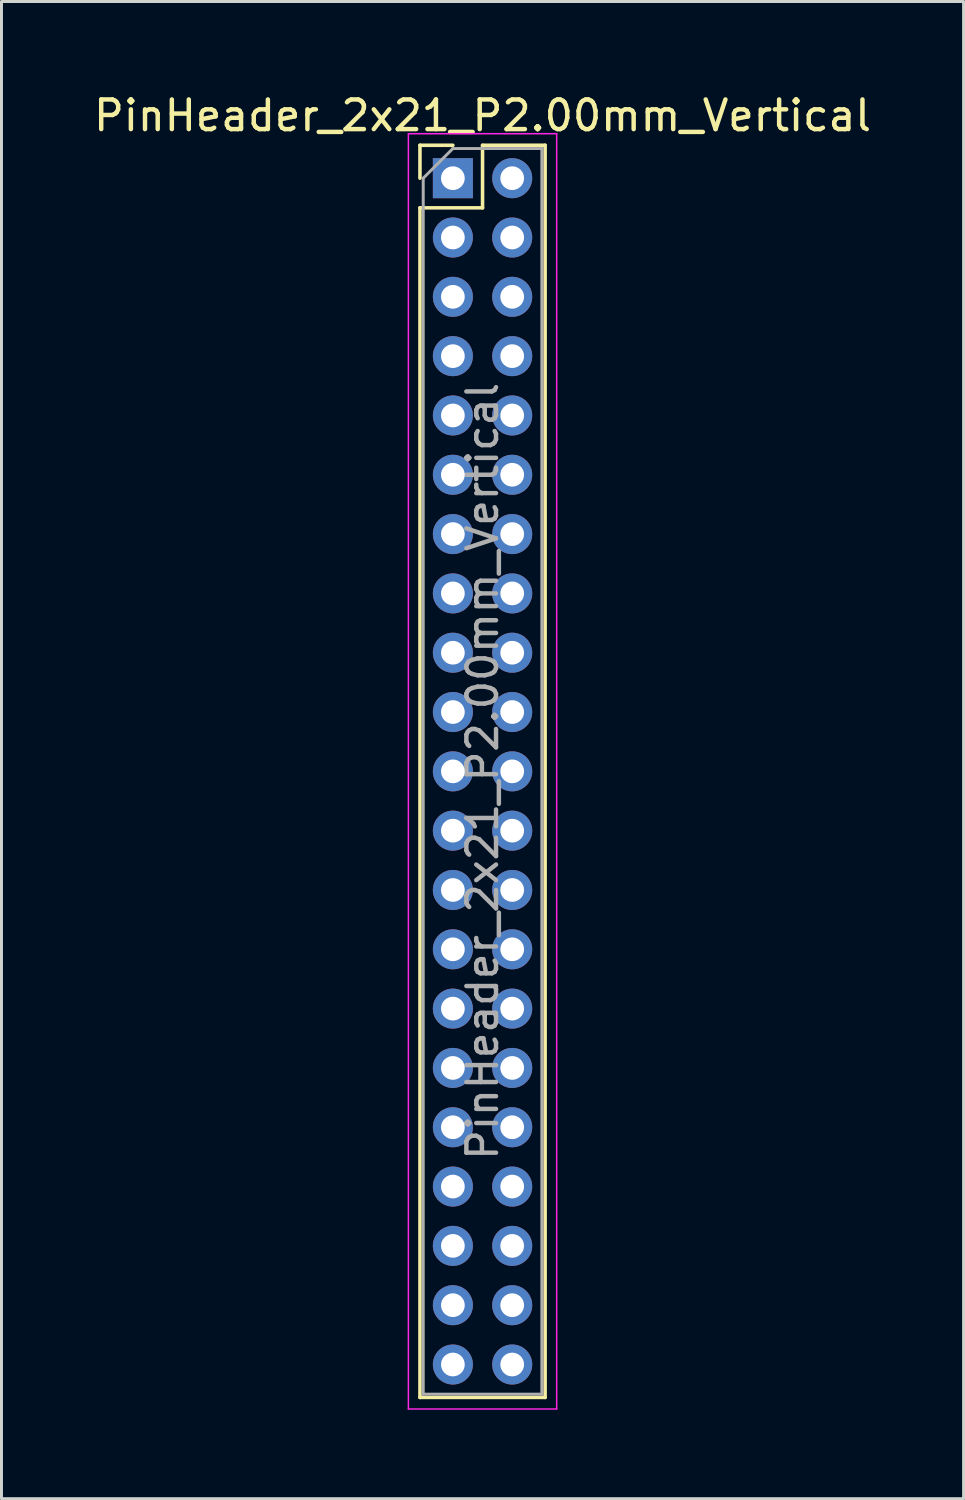
<source format=kicad_pcb>
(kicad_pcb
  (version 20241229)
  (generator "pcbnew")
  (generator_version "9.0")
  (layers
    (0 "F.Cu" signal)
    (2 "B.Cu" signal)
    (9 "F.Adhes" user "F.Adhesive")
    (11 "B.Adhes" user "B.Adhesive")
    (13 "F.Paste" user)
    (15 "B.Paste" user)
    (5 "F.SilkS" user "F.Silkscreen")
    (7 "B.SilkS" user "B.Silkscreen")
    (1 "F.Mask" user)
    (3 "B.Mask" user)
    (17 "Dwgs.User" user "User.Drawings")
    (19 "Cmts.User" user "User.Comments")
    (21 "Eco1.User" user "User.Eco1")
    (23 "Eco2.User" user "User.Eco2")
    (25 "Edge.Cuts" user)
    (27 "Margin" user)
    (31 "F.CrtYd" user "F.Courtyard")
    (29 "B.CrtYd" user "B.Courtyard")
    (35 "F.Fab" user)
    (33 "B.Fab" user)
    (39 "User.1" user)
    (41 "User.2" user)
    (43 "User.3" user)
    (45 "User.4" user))
  (footprint "PinHeader_2x21_P2.00mm_Vertical"
    (layer "F.Cu")
    (at 12.22 2.958)
    (property "Reference" "PinHeader_2x21_P2.00mm_Vertical" (at 1 -2.11 0) (layer "F.SilkS") (effects (font (size 1 1) (thickness 0.15))))
    (attr through_hole)
    (fp_line (start -1.11 -1.11) (end 0 -1.11) (stroke (width 0.12) (type solid)) (layer "F.SilkS"))
    (fp_line (start -1.11 0) (end -1.11 -1.11) (stroke (width 0.12) (type solid)) (layer "F.SilkS"))
    (fp_line (start -1.11 1) (end -1.11 41.11) (stroke (width 0.12) (type solid)) (layer "F.SilkS"))
    (fp_line (start -1.11 1) (end 1 1) (stroke (width 0.12) (type solid)) (layer "F.SilkS"))
    (fp_line (start -1.11 41.11) (end 3.11 41.11) (stroke (width 0.12) (type solid)) (layer "F.SilkS"))
    (fp_line (start 1 -1.11) (end 3.11 -1.11) (stroke (width 0.12) (type solid)) (layer "F.SilkS"))
    (fp_line (start 1 1) (end 1 -1.11) (stroke (width 0.12) (type solid)) (layer "F.SilkS"))
    (fp_line (start 3.11 -1.11) (end 3.11 41.11) (stroke (width 0.12) (type solid)) (layer "F.SilkS"))
    (fp_line (start -1.5 -1.5) (end -1.5 41.5) (stroke (width 0.05) (type solid)) (layer "F.CrtYd"))
    (fp_line (start -1.5 41.5) (end 3.5 41.5) (stroke (width 0.05) (type solid)) (layer "F.CrtYd"))
    (fp_line (start 3.5 -1.5) (end -1.5 -1.5) (stroke (width 0.05) (type solid)) (layer "F.CrtYd"))
    (fp_line (start 3.5 41.5) (end 3.5 -1.5) (stroke (width 0.05) (type solid)) (layer "F.CrtYd"))
    (fp_line (start -1 0) (end 0 -1) (stroke (width 0.1) (type solid)) (layer "F.Fab"))
    (fp_line (start -1 41) (end -1 0) (stroke (width 0.1) (type solid)) (layer "F.Fab"))
    (fp_line (start 0 -1) (end 3 -1) (stroke (width 0.1) (type solid)) (layer "F.Fab"))
    (fp_line (start 3 -1) (end 3 41) (stroke (width 0.1) (type solid)) (layer "F.Fab"))
    (fp_line (start 3 41) (end -1 41) (stroke (width 0.1) (type solid)) (layer "F.Fab"))
    (fp_text user "${REFERENCE}" (at 1 20 90) (layer "F.Fab") (effects (font (size 1 1) (thickness 0.15))))
    (pad "1" thru_hole rect (at 0 0) (size 1.35 1.35) (drill 0.8) (layers "*.Cu" "*.Mask"))
    (pad "2" thru_hole circle (at 2 0) (size 1.35 1.35) (drill 0.8) (layers "*.Cu" "*.Mask"))
    (pad "3" thru_hole circle (at 0 2) (size 1.35 1.35) (drill 0.8) (layers "*.Cu" "*.Mask"))
    (pad "4" thru_hole circle (at 2 2) (size 1.35 1.35) (drill 0.8) (layers "*.Cu" "*.Mask"))
    (pad "5" thru_hole circle (at 0 4) (size 1.35 1.35) (drill 0.8) (layers "*.Cu" "*.Mask"))
    (pad "6" thru_hole circle (at 2 4) (size 1.35 1.35) (drill 0.8) (layers "*.Cu" "*.Mask"))
    (pad "7" thru_hole circle (at 0 6) (size 1.35 1.35) (drill 0.8) (layers "*.Cu" "*.Mask"))
    (pad "8" thru_hole circle (at 2 6) (size 1.35 1.35) (drill 0.8) (layers "*.Cu" "*.Mask"))
    (pad "9" thru_hole circle (at 0 8) (size 1.35 1.35) (drill 0.8) (layers "*.Cu" "*.Mask"))
    (pad "10" thru_hole circle (at 2 8) (size 1.35 1.35) (drill 0.8) (layers "*.Cu" "*.Mask"))
    (pad "11" thru_hole circle (at 0 10) (size 1.35 1.35) (drill 0.8) (layers "*.Cu" "*.Mask"))
    (pad "12" thru_hole circle (at 2 10) (size 1.35 1.35) (drill 0.8) (layers "*.Cu" "*.Mask"))
    (pad "13" thru_hole circle (at 0 12) (size 1.35 1.35) (drill 0.8) (layers "*.Cu" "*.Mask"))
    (pad "14" thru_hole circle (at 2 12) (size 1.35 1.35) (drill 0.8) (layers "*.Cu" "*.Mask"))
    (pad "15" thru_hole circle (at 0 14) (size 1.35 1.35) (drill 0.8) (layers "*.Cu" "*.Mask"))
    (pad "16" thru_hole circle (at 2 14) (size 1.35 1.35) (drill 0.8) (layers "*.Cu" "*.Mask"))
    (pad "17" thru_hole circle (at 0 16) (size 1.35 1.35) (drill 0.8) (layers "*.Cu" "*.Mask"))
    (pad "18" thru_hole circle (at 2 16) (size 1.35 1.35) (drill 0.8) (layers "*.Cu" "*.Mask"))
    (pad "19" thru_hole circle (at 0 18) (size 1.35 1.35) (drill 0.8) (layers "*.Cu" "*.Mask"))
    (pad "20" thru_hole circle (at 2 18) (size 1.35 1.35) (drill 0.8) (layers "*.Cu" "*.Mask"))
    (pad "21" thru_hole circle (at 0 20) (size 1.35 1.35) (drill 0.8) (layers "*.Cu" "*.Mask"))
    (pad "22" thru_hole circle (at 2 20) (size 1.35 1.35) (drill 0.8) (layers "*.Cu" "*.Mask"))
    (pad "23" thru_hole circle (at 0 22) (size 1.35 1.35) (drill 0.8) (layers "*.Cu" "*.Mask"))
    (pad "24" thru_hole circle (at 2 22) (size 1.35 1.35) (drill 0.8) (layers "*.Cu" "*.Mask"))
    (pad "25" thru_hole circle (at 0 24) (size 1.35 1.35) (drill 0.8) (layers "*.Cu" "*.Mask"))
    (pad "26" thru_hole circle (at 2 24) (size 1.35 1.35) (drill 0.8) (layers "*.Cu" "*.Mask"))
    (pad "27" thru_hole circle (at 0 26) (size 1.35 1.35) (drill 0.8) (layers "*.Cu" "*.Mask"))
    (pad "28" thru_hole circle (at 2 26) (size 1.35 1.35) (drill 0.8) (layers "*.Cu" "*.Mask"))
    (pad "29" thru_hole circle (at 0 28) (size 1.35 1.35) (drill 0.8) (layers "*.Cu" "*.Mask"))
    (pad "30" thru_hole circle (at 2 28) (size 1.35 1.35) (drill 0.8) (layers "*.Cu" "*.Mask"))
    (pad "31" thru_hole circle (at 0 30) (size 1.35 1.35) (drill 0.8) (layers "*.Cu" "*.Mask"))
    (pad "32" thru_hole circle (at 2 30) (size 1.35 1.35) (drill 0.8) (layers "*.Cu" "*.Mask"))
    (pad "33" thru_hole circle (at 0 32) (size 1.35 1.35) (drill 0.8) (layers "*.Cu" "*.Mask"))
    (pad "34" thru_hole circle (at 2 32) (size 1.35 1.35) (drill 0.8) (layers "*.Cu" "*.Mask"))
    (pad "35" thru_hole circle (at 0 34) (size 1.35 1.35) (drill 0.8) (layers "*.Cu" "*.Mask"))
    (pad "36" thru_hole circle (at 2 34) (size 1.35 1.35) (drill 0.8) (layers "*.Cu" "*.Mask"))
    (pad "37" thru_hole circle (at 0 36) (size 1.35 1.35) (drill 0.8) (layers "*.Cu" "*.Mask"))
    (pad "38" thru_hole circle (at 2 36) (size 1.35 1.35) (drill 0.8) (layers "*.Cu" "*.Mask"))
    (pad "39" thru_hole circle (at 0 38) (size 1.35 1.35) (drill 0.8) (layers "*.Cu" "*.Mask"))
    (pad "40" thru_hole circle (at 2 38) (size 1.35 1.35) (drill 0.8) (layers "*.Cu" "*.Mask"))
    (pad "41" thru_hole circle (at 0 40) (size 1.35 1.35) (drill 0.8) (layers "*.Cu" "*.Mask"))
    (pad "42" thru_hole circle (at 2 40) (size 1.35 1.35) (drill 0.8) (layers "*.Cu" "*.Mask")))
  (gr_rect
    (start -3 -3)
    (end 29.44 47.483)
    (stroke (width 0.1) (type default))
    (fill no)
    (layer "Edge.Cuts")))
</source>
